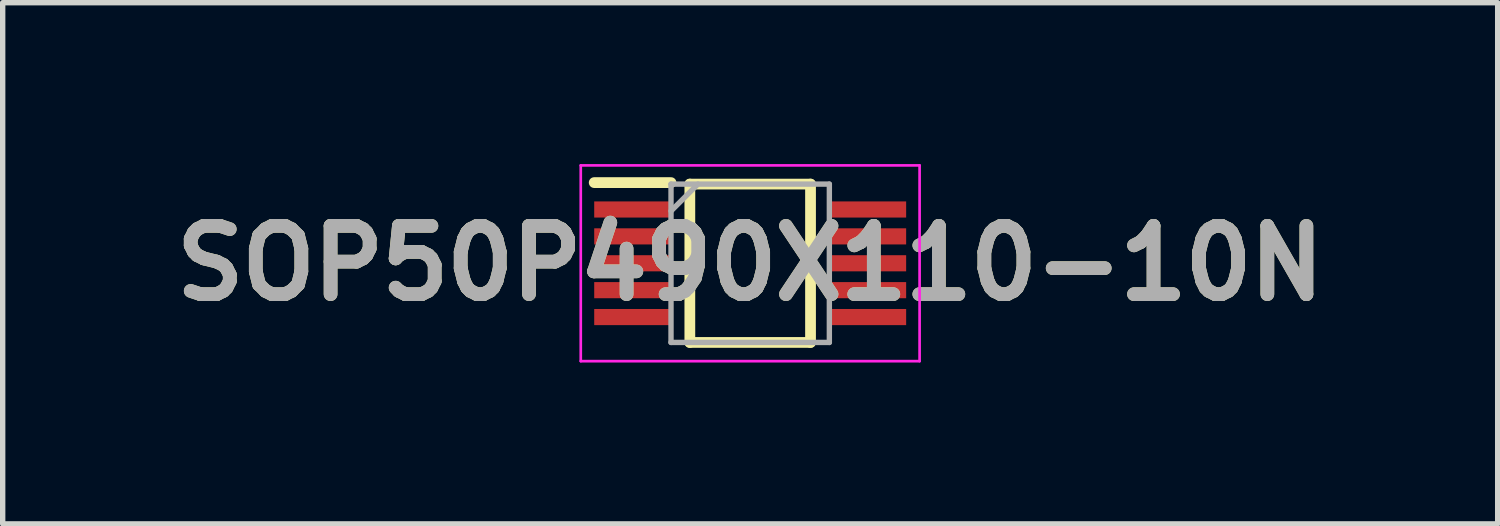
<source format=kicad_pcb>
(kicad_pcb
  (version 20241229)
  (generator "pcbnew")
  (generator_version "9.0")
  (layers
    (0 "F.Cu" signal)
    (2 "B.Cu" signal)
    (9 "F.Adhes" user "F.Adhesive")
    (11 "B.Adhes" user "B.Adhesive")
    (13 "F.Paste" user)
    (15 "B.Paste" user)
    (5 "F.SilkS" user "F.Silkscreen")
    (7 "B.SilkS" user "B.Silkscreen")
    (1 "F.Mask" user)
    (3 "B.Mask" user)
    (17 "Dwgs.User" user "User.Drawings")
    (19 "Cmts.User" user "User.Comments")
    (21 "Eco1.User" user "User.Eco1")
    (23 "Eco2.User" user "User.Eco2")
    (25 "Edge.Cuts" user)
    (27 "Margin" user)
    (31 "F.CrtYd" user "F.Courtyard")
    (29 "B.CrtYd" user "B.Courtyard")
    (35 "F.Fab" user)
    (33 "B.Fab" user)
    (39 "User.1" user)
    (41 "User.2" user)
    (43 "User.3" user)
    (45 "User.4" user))
  (footprint "SOP50P490X110-10N"
    (layer "F.Cu")
    (at 10.898 1.845)
    (property "Reference" "SOP50P490X110-10N" (at 0 0 0) (layer "F.SilkS") (effects (font (size 1.27 1.27) (thickness 0.254))))
    (attr smd)
    (fp_line (start -2.9 -1.5) (end -1.472 -1.5) (stroke (width 0.2) (type solid)) (layer "F.SilkS"))
    (fp_line (start -1.122 -1.472) (end 1.122 -1.472) (stroke (width 0.2) (type solid)) (layer "F.SilkS"))
    (fp_line (start -1.122 1.472) (end -1.122 -1.472) (stroke (width 0.2) (type solid)) (layer "F.SilkS"))
    (fp_line (start 1.122 -1.472) (end 1.122 1.472) (stroke (width 0.2) (type solid)) (layer "F.SilkS"))
    (fp_line (start 1.122 1.472) (end -1.122 1.472) (stroke (width 0.2) (type solid)) (layer "F.SilkS"))
    (fp_line (start -3.15 -1.82) (end 3.15 -1.82) (stroke (width 0.05) (type solid)) (layer "F.CrtYd"))
    (fp_line (start -3.15 1.82) (end -3.15 -1.82) (stroke (width 0.05) (type solid)) (layer "F.CrtYd"))
    (fp_line (start 3.15 -1.82) (end 3.15 1.82) (stroke (width 0.05) (type solid)) (layer "F.CrtYd"))
    (fp_line (start 3.15 1.82) (end -3.15 1.82) (stroke (width 0.05) (type solid)) (layer "F.CrtYd"))
    (fp_line (start -1.472 -1.472) (end 1.472 -1.472) (stroke (width 0.1) (type solid)) (layer "F.Fab"))
    (fp_line (start -1.472 -0.972) (end -0.972 -1.472) (stroke (width 0.1) (type solid)) (layer "F.Fab"))
    (fp_line (start -1.472 1.472) (end -1.472 -1.472) (stroke (width 0.1) (type solid)) (layer "F.Fab"))
    (fp_line (start 1.472 -1.472) (end 1.472 1.472) (stroke (width 0.1) (type solid)) (layer "F.Fab"))
    (fp_line (start 1.472 1.472) (end -1.472 1.472) (stroke (width 0.1) (type solid)) (layer "F.Fab"))
    (fp_text user "${REFERENCE}" (at 0 0 0) (layer "F.Fab") (effects (font (size 1.27 1.27) (thickness 0.254))))
    (pad "1" smd rect (at -2.186 -1 90) (size 0.3 1.428) (layers "F.Cu" "F.Mask" "F.Paste"))
    (pad "2" smd rect (at -2.186 -0.5 90) (size 0.3 1.428) (layers "F.Cu" "F.Mask" "F.Paste"))
    (pad "3" smd rect (at -2.186 0 90) (size 0.3 1.428) (layers "F.Cu" "F.Mask" "F.Paste"))
    (pad "4" smd rect (at -2.186 0.5 90) (size 0.3 1.428) (layers "F.Cu" "F.Mask" "F.Paste"))
    (pad "5" smd rect (at -2.186 1 90) (size 0.3 1.428) (layers "F.Cu" "F.Mask" "F.Paste"))
    (pad "6" smd rect (at 2.186 1 90) (size 0.3 1.428) (layers "F.Cu" "F.Mask" "F.Paste"))
    (pad "7" smd rect (at 2.186 0.5 90) (size 0.3 1.428) (layers "F.Cu" "F.Mask" "F.Paste"))
    (pad "8" smd rect (at 2.186 0 90) (size 0.3 1.428) (layers "F.Cu" "F.Mask" "F.Paste"))
    (pad "9" smd rect (at 2.186 -0.5 90) (size 0.3 1.428) (layers "F.Cu" "F.Mask" "F.Paste"))
    (pad "10" smd rect (at 2.186 -1 90) (size 0.3 1.428) (layers "F.Cu" "F.Mask" "F.Paste")))
  (gr_rect
    (start -3 -3)
    (end 24.796 6.69)
    (stroke (width 0.1) (type default))
    (fill no)
    (layer "Edge.Cuts")))
</source>
